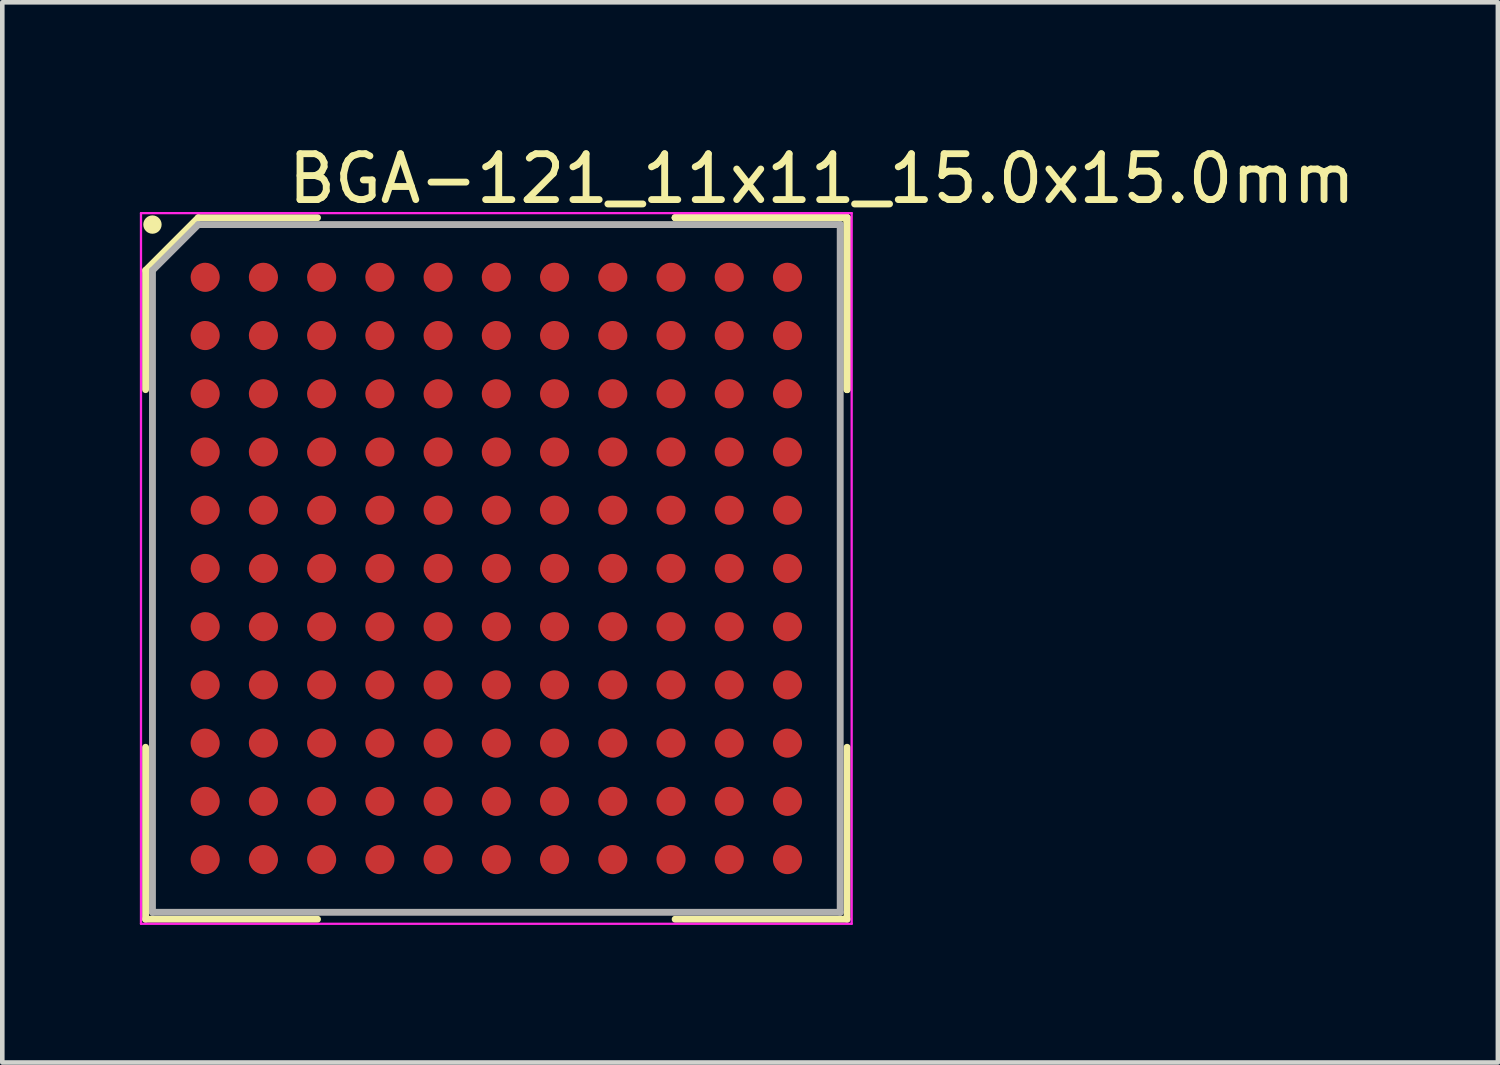
<source format=kicad_pcb>
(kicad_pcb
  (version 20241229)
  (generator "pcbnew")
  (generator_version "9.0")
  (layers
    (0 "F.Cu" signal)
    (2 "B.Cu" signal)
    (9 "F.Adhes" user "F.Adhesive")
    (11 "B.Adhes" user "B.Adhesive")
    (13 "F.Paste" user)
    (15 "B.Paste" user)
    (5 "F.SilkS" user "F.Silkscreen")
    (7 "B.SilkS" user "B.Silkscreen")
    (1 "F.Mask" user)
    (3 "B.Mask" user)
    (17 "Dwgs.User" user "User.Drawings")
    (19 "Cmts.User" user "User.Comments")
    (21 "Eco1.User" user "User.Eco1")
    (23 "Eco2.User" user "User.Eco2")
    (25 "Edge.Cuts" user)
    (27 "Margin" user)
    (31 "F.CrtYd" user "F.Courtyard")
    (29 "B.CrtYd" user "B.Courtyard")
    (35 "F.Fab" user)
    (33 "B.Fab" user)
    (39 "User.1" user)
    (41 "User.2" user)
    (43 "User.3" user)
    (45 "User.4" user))
  (footprint "BGA-121_11x11_15.0x15.0mm"
    (layer "F.Cu")
    (at 7.775 9.348)
    (property "Reference" "BGA-121_11x11_15.0x15.0mm" (at 7.1 -8.5 0) (layer "F.SilkS") (effects (font (size 1 1) (thickness 0.15))))
    (attr smd)
    (fp_line (start -7.65 -6.5) (end -7.65 -3.9) (stroke (width 0.15) (type solid)) (layer "F.SilkS"))
    (fp_line (start -7.65 7.65) (end -7.65 3.9) (stroke (width 0.15) (type solid)) (layer "F.SilkS"))
    (fp_line (start -6.5 -7.65) (end -7.65 -6.5) (stroke (width 0.15) (type solid)) (layer "F.SilkS"))
    (fp_line (start -3.9 -7.65) (end -6.5 -7.65) (stroke (width 0.15) (type solid)) (layer "F.SilkS"))
    (fp_line (start -3.9 7.65) (end -7.65 7.65) (stroke (width 0.15) (type solid)) (layer "F.SilkS"))
    (fp_line (start 3.9 -7.65) (end 7.65 -7.65) (stroke (width 0.15) (type solid)) (layer "F.SilkS"))
    (fp_line (start 3.9 -7.65) (end 7.65 -7.65) (stroke (width 0.15) (type solid)) (layer "F.SilkS"))
    (fp_line (start 3.9 -7.65) (end 7.65 -7.65) (stroke (width 0.15) (type solid)) (layer "F.SilkS"))
    (fp_line (start 3.9 7.65) (end 7.65 7.65) (stroke (width 0.15) (type solid)) (layer "F.SilkS"))
    (fp_line (start 7.65 -7.65) (end 7.65 -3.9) (stroke (width 0.15) (type solid)) (layer "F.SilkS"))
    (fp_line (start 7.65 -7.65) (end 7.65 -3.9) (stroke (width 0.15) (type solid)) (layer "F.SilkS"))
    (fp_line (start 7.65 -7.65) (end 7.65 -3.9) (stroke (width 0.15) (type solid)) (layer "F.SilkS"))
    (fp_line (start 7.65 7.65) (end 7.65 3.9) (stroke (width 0.15) (type solid)) (layer "F.SilkS"))
    (fp_circle (center -7.5 -7.5) (end -7.5 -7.4) (stroke (width 0.2) (type solid)) (fill no) (layer "F.SilkS"))
    (fp_line (start -7.75 -7.75) (end 7.75 -7.75) (stroke (width 0.05) (type solid)) (layer "F.CrtYd"))
    (fp_line (start -7.75 7.75) (end -7.75 -7.75) (stroke (width 0.05) (type solid)) (layer "F.CrtYd"))
    (fp_line (start 7.75 -7.75) (end 7.75 7.75) (stroke (width 0.05) (type solid)) (layer "F.CrtYd"))
    (fp_line (start 7.75 7.75) (end -7.75 7.75) (stroke (width 0.05) (type solid)) (layer "F.CrtYd"))
    (fp_line (start -7.5 -6.5) (end -7.5 7.5) (stroke (width 0.15) (type solid)) (layer "F.Fab"))
    (fp_line (start -7.5 7.5) (end 7.5 7.5) (stroke (width 0.15) (type solid)) (layer "F.Fab"))
    (fp_line (start -6.5 -7.5) (end -7.5 -6.5) (stroke (width 0.15) (type solid)) (layer "F.Fab"))
    (fp_line (start 7.5 -7.5) (end -6.5 -7.5) (stroke (width 0.15) (type solid)) (layer "F.Fab"))
    (fp_line (start 7.5 7.5) (end 7.5 -7.5) (stroke (width 0.15) (type solid)) (layer "F.Fab"))
    (pad "A1" smd circle (at -6.35 -6.35) (size 0.635 0.635) (layers "F.Cu" "F.Mask" "F.Paste"))
    (pad "A2" smd circle (at -5.08 -6.35) (size 0.635 0.635) (layers "F.Cu" "F.Mask" "F.Paste"))
    (pad "A3" smd circle (at -3.81 -6.35) (size 0.635 0.635) (layers "F.Cu" "F.Mask" "F.Paste"))
    (pad "A4" smd circle (at -2.54 -6.35) (size 0.635 0.635) (layers "F.Cu" "F.Mask" "F.Paste"))
    (pad "A5" smd circle (at -1.27 -6.35) (size 0.635 0.635) (layers "F.Cu" "F.Mask" "F.Paste"))
    (pad "A6" smd circle (at 0 -6.35) (size 0.635 0.635) (layers "F.Cu" "F.Mask" "F.Paste"))
    (pad "A7" smd circle (at 1.27 -6.35) (size 0.635 0.635) (layers "F.Cu" "F.Mask" "F.Paste"))
    (pad "A8" smd circle (at 2.54 -6.35) (size 0.635 0.635) (layers "F.Cu" "F.Mask" "F.Paste"))
    (pad "A9" smd circle (at 3.81 -6.35) (size 0.635 0.635) (layers "F.Cu" "F.Mask" "F.Paste"))
    (pad "A10" smd circle (at 5.08 -6.35) (size 0.635 0.635) (layers "F.Cu" "F.Mask" "F.Paste"))
    (pad "A11" smd circle (at 6.35 -6.35) (size 0.635 0.635) (layers "F.Cu" "F.Mask" "F.Paste"))
    (pad "B1" smd circle (at -6.35 -5.08) (size 0.635 0.635) (layers "F.Cu" "F.Mask" "F.Paste"))
    (pad "B2" smd circle (at -5.08 -5.08) (size 0.635 0.635) (layers "F.Cu" "F.Mask" "F.Paste"))
    (pad "B3" smd circle (at -3.81 -5.08) (size 0.635 0.635) (layers "F.Cu" "F.Mask" "F.Paste"))
    (pad "B4" smd circle (at -2.54 -5.08) (size 0.635 0.635) (layers "F.Cu" "F.Mask" "F.Paste"))
    (pad "B5" smd circle (at -1.27 -5.08) (size 0.635 0.635) (layers "F.Cu" "F.Mask" "F.Paste"))
    (pad "B6" smd circle (at 0 -5.08) (size 0.635 0.635) (layers "F.Cu" "F.Mask" "F.Paste"))
    (pad "B7" smd circle (at 1.27 -5.08) (size 0.635 0.635) (layers "F.Cu" "F.Mask" "F.Paste"))
    (pad "B8" smd circle (at 2.54 -5.08) (size 0.635 0.635) (layers "F.Cu" "F.Mask" "F.Paste"))
    (pad "B9" smd circle (at 3.81 -5.08) (size 0.635 0.635) (layers "F.Cu" "F.Mask" "F.Paste"))
    (pad "B10" smd circle (at 5.08 -5.08) (size 0.635 0.635) (layers "F.Cu" "F.Mask" "F.Paste"))
    (pad "B11" smd circle (at 6.35 -5.08) (size 0.635 0.635) (layers "F.Cu" "F.Mask" "F.Paste"))
    (pad "C1" smd circle (at -6.35 -3.81) (size 0.635 0.635) (layers "F.Cu" "F.Mask" "F.Paste"))
    (pad "C2" smd circle (at -5.08 -3.81) (size 0.635 0.635) (layers "F.Cu" "F.Mask" "F.Paste"))
    (pad "C3" smd circle (at -3.81 -3.81) (size 0.635 0.635) (layers "F.Cu" "F.Mask" "F.Paste"))
    (pad "C4" smd circle (at -2.54 -3.81) (size 0.635 0.635) (layers "F.Cu" "F.Mask" "F.Paste"))
    (pad "C5" smd circle (at -1.27 -3.81) (size 0.635 0.635) (layers "F.Cu" "F.Mask" "F.Paste"))
    (pad "C6" smd circle (at 0 -3.81) (size 0.635 0.635) (layers "F.Cu" "F.Mask" "F.Paste"))
    (pad "C7" smd circle (at 1.27 -3.81) (size 0.635 0.635) (layers "F.Cu" "F.Mask" "F.Paste"))
    (pad "C8" smd circle (at 2.54 -3.81) (size 0.635 0.635) (layers "F.Cu" "F.Mask" "F.Paste"))
    (pad "C9" smd circle (at 3.81 -3.81) (size 0.635 0.635) (layers "F.Cu" "F.Mask" "F.Paste"))
    (pad "C10" smd circle (at 5.08 -3.81) (size 0.635 0.635) (layers "F.Cu" "F.Mask" "F.Paste"))
    (pad "C11" smd circle (at 6.35 -3.81) (size 0.635 0.635) (layers "F.Cu" "F.Mask" "F.Paste"))
    (pad "D1" smd circle (at -6.35 -2.54) (size 0.635 0.635) (layers "F.Cu" "F.Mask" "F.Paste"))
    (pad "D2" smd circle (at -5.08 -2.54) (size 0.635 0.635) (layers "F.Cu" "F.Mask" "F.Paste"))
    (pad "D3" smd circle (at -3.81 -2.54) (size 0.635 0.635) (layers "F.Cu" "F.Mask" "F.Paste"))
    (pad "D4" smd circle (at -2.54 -2.54) (size 0.635 0.635) (layers "F.Cu" "F.Mask" "F.Paste"))
    (pad "D5" smd circle (at -1.27 -2.54) (size 0.635 0.635) (layers "F.Cu" "F.Mask" "F.Paste"))
    (pad "D6" smd circle (at 0 -2.54) (size 0.635 0.635) (layers "F.Cu" "F.Mask" "F.Paste"))
    (pad "D7" smd circle (at 1.27 -2.54) (size 0.635 0.635) (layers "F.Cu" "F.Mask" "F.Paste"))
    (pad "D8" smd circle (at 2.54 -2.54) (size 0.635 0.635) (layers "F.Cu" "F.Mask" "F.Paste"))
    (pad "D9" smd circle (at 3.81 -2.54) (size 0.635 0.635) (layers "F.Cu" "F.Mask" "F.Paste"))
    (pad "D10" smd circle (at 5.08 -2.54) (size 0.635 0.635) (layers "F.Cu" "F.Mask" "F.Paste"))
    (pad "D11" smd circle (at 6.35 -2.54) (size 0.635 0.635) (layers "F.Cu" "F.Mask" "F.Paste"))
    (pad "E1" smd circle (at -6.35 -1.27) (size 0.635 0.635) (layers "F.Cu" "F.Mask" "F.Paste"))
    (pad "E2" smd circle (at -5.08 -1.27) (size 0.635 0.635) (layers "F.Cu" "F.Mask" "F.Paste"))
    (pad "E3" smd circle (at -3.81 -1.27) (size 0.635 0.635) (layers "F.Cu" "F.Mask" "F.Paste"))
    (pad "E4" smd circle (at -2.54 -1.27) (size 0.635 0.635) (layers "F.Cu" "F.Mask" "F.Paste"))
    (pad "E5" smd circle (at -1.27 -1.27) (size 0.635 0.635) (layers "F.Cu" "F.Mask" "F.Paste"))
    (pad "E6" smd circle (at 0 -1.27) (size 0.635 0.635) (layers "F.Cu" "F.Mask" "F.Paste"))
    (pad "E7" smd circle (at 1.27 -1.27) (size 0.635 0.635) (layers "F.Cu" "F.Mask" "F.Paste"))
    (pad "E8" smd circle (at 2.54 -1.27) (size 0.635 0.635) (layers "F.Cu" "F.Mask" "F.Paste"))
    (pad "E9" smd circle (at 3.81 -1.27) (size 0.635 0.635) (layers "F.Cu" "F.Mask" "F.Paste"))
    (pad "E10" smd circle (at 5.08 -1.27) (size 0.635 0.635) (layers "F.Cu" "F.Mask" "F.Paste"))
    (pad "E11" smd circle (at 6.35 -1.27) (size 0.635 0.635) (layers "F.Cu" "F.Mask" "F.Paste"))
    (pad "F1" smd circle (at -6.35 0) (size 0.635 0.635) (layers "F.Cu" "F.Mask" "F.Paste"))
    (pad "F2" smd circle (at -5.08 0) (size 0.635 0.635) (layers "F.Cu" "F.Mask" "F.Paste"))
    (pad "F3" smd circle (at -3.81 0) (size 0.635 0.635) (layers "F.Cu" "F.Mask" "F.Paste"))
    (pad "F4" smd circle (at -2.54 0) (size 0.635 0.635) (layers "F.Cu" "F.Mask" "F.Paste"))
    (pad "F5" smd circle (at -1.27 0) (size 0.635 0.635) (layers "F.Cu" "F.Mask" "F.Paste"))
    (pad "F6" smd circle (at 0 0) (size 0.635 0.635) (layers "F.Cu" "F.Mask" "F.Paste"))
    (pad "F7" smd circle (at 1.27 0) (size 0.635 0.635) (layers "F.Cu" "F.Mask" "F.Paste"))
    (pad "F8" smd circle (at 2.54 0) (size 0.635 0.635) (layers "F.Cu" "F.Mask" "F.Paste"))
    (pad "F9" smd circle (at 3.81 0) (size 0.635 0.635) (layers "F.Cu" "F.Mask" "F.Paste"))
    (pad "F10" smd circle (at 5.08 0) (size 0.635 0.635) (layers "F.Cu" "F.Mask" "F.Paste"))
    (pad "F11" smd circle (at 6.35 0) (size 0.635 0.635) (layers "F.Cu" "F.Mask" "F.Paste"))
    (pad "G1" smd circle (at -6.35 1.27) (size 0.635 0.635) (layers "F.Cu" "F.Mask" "F.Paste"))
    (pad "G2" smd circle (at -5.08 1.27) (size 0.635 0.635) (layers "F.Cu" "F.Mask" "F.Paste"))
    (pad "G3" smd circle (at -3.81 1.27) (size 0.635 0.635) (layers "F.Cu" "F.Mask" "F.Paste"))
    (pad "G4" smd circle (at -2.54 1.27) (size 0.635 0.635) (layers "F.Cu" "F.Mask" "F.Paste"))
    (pad "G5" smd circle (at -1.27 1.27) (size 0.635 0.635) (layers "F.Cu" "F.Mask" "F.Paste"))
    (pad "G6" smd circle (at 0 1.27) (size 0.635 0.635) (layers "F.Cu" "F.Mask" "F.Paste"))
    (pad "G7" smd circle (at 1.27 1.27) (size 0.635 0.635) (layers "F.Cu" "F.Mask" "F.Paste"))
    (pad "G8" smd circle (at 2.54 1.27) (size 0.635 0.635) (layers "F.Cu" "F.Mask" "F.Paste"))
    (pad "G9" smd circle (at 3.81 1.27) (size 0.635 0.635) (layers "F.Cu" "F.Mask" "F.Paste"))
    (pad "G10" smd circle (at 5.08 1.27) (size 0.635 0.635) (layers "F.Cu" "F.Mask" "F.Paste"))
    (pad "G11" smd circle (at 6.35 1.27) (size 0.635 0.635) (layers "F.Cu" "F.Mask" "F.Paste"))
    (pad "H1" smd circle (at -6.35 2.54) (size 0.635 0.635) (layers "F.Cu" "F.Mask" "F.Paste"))
    (pad "H2" smd circle (at -5.08 2.54) (size 0.635 0.635) (layers "F.Cu" "F.Mask" "F.Paste"))
    (pad "H3" smd circle (at -3.81 2.54) (size 0.635 0.635) (layers "F.Cu" "F.Mask" "F.Paste"))
    (pad "H4" smd circle (at -2.54 2.54) (size 0.635 0.635) (layers "F.Cu" "F.Mask" "F.Paste"))
    (pad "H5" smd circle (at -1.27 2.54) (size 0.635 0.635) (layers "F.Cu" "F.Mask" "F.Paste"))
    (pad "H6" smd circle (at 0 2.54) (size 0.635 0.635) (layers "F.Cu" "F.Mask" "F.Paste"))
    (pad "H7" smd circle (at 1.27 2.54) (size 0.635 0.635) (layers "F.Cu" "F.Mask" "F.Paste"))
    (pad "H8" smd circle (at 2.54 2.54) (size 0.635 0.635) (layers "F.Cu" "F.Mask" "F.Paste"))
    (pad "H9" smd circle (at 3.81 2.54) (size 0.635 0.635) (layers "F.Cu" "F.Mask" "F.Paste"))
    (pad "H10" smd circle (at 5.08 2.54) (size 0.635 0.635) (layers "F.Cu" "F.Mask" "F.Paste"))
    (pad "H11" smd circle (at 6.35 2.54) (size 0.635 0.635) (layers "F.Cu" "F.Mask" "F.Paste"))
    (pad "J1" smd circle (at -6.35 3.81) (size 0.635 0.635) (layers "F.Cu" "F.Mask" "F.Paste"))
    (pad "J2" smd circle (at -5.08 3.81) (size 0.635 0.635) (layers "F.Cu" "F.Mask" "F.Paste"))
    (pad "J3" smd circle (at -3.81 3.81) (size 0.635 0.635) (layers "F.Cu" "F.Mask" "F.Paste"))
    (pad "J4" smd circle (at -2.54 3.81) (size 0.635 0.635) (layers "F.Cu" "F.Mask" "F.Paste"))
    (pad "J5" smd circle (at -1.27 3.81) (size 0.635 0.635) (layers "F.Cu" "F.Mask" "F.Paste"))
    (pad "J6" smd circle (at 0 3.81) (size 0.635 0.635) (layers "F.Cu" "F.Mask" "F.Paste"))
    (pad "J7" smd circle (at 1.27 3.81) (size 0.635 0.635) (layers "F.Cu" "F.Mask" "F.Paste"))
    (pad "J8" smd circle (at 2.54 3.81) (size 0.635 0.635) (layers "F.Cu" "F.Mask" "F.Paste"))
    (pad "J9" smd circle (at 3.81 3.81) (size 0.635 0.635) (layers "F.Cu" "F.Mask" "F.Paste"))
    (pad "J10" smd circle (at 5.08 3.81) (size 0.635 0.635) (layers "F.Cu" "F.Mask" "F.Paste"))
    (pad "J11" smd circle (at 6.35 3.81) (size 0.635 0.635) (layers "F.Cu" "F.Mask" "F.Paste"))
    (pad "K1" smd circle (at -6.35 5.08) (size 0.635 0.635) (layers "F.Cu" "F.Mask" "F.Paste"))
    (pad "K2" smd circle (at -5.08 5.08) (size 0.635 0.635) (layers "F.Cu" "F.Mask" "F.Paste"))
    (pad "K3" smd circle (at -3.81 5.08) (size 0.635 0.635) (layers "F.Cu" "F.Mask" "F.Paste"))
    (pad "K4" smd circle (at -2.54 5.08) (size 0.635 0.635) (layers "F.Cu" "F.Mask" "F.Paste"))
    (pad "K5" smd circle (at -1.27 5.08) (size 0.635 0.635) (layers "F.Cu" "F.Mask" "F.Paste"))
    (pad "K6" smd circle (at 0 5.08) (size 0.635 0.635) (layers "F.Cu" "F.Mask" "F.Paste"))
    (pad "K7" smd circle (at 1.27 5.08) (size 0.635 0.635) (layers "F.Cu" "F.Mask" "F.Paste"))
    (pad "K8" smd circle (at 2.54 5.08) (size 0.635 0.635) (layers "F.Cu" "F.Mask" "F.Paste"))
    (pad "K9" smd circle (at 3.81 5.08) (size 0.635 0.635) (layers "F.Cu" "F.Mask" "F.Paste"))
    (pad "K10" smd circle (at 5.08 5.08) (size 0.635 0.635) (layers "F.Cu" "F.Mask" "F.Paste"))
    (pad "K11" smd circle (at 6.35 5.08) (size 0.635 0.635) (layers "F.Cu" "F.Mask" "F.Paste"))
    (pad "L1" smd circle (at -6.35 6.35) (size 0.635 0.635) (layers "F.Cu" "F.Mask" "F.Paste"))
    (pad "L2" smd circle (at -5.08 6.35) (size 0.635 0.635) (layers "F.Cu" "F.Mask" "F.Paste"))
    (pad "L3" smd circle (at -3.81 6.35) (size 0.635 0.635) (layers "F.Cu" "F.Mask" "F.Paste"))
    (pad "L4" smd circle (at -2.54 6.35) (size 0.635 0.635) (layers "F.Cu" "F.Mask" "F.Paste"))
    (pad "L5" smd circle (at -1.27 6.35) (size 0.635 0.635) (layers "F.Cu" "F.Mask" "F.Paste"))
    (pad "L6" smd circle (at 0 6.35) (size 0.635 0.635) (layers "F.Cu" "F.Mask" "F.Paste"))
    (pad "L7" smd circle (at 1.27 6.35) (size 0.635 0.635) (layers "F.Cu" "F.Mask" "F.Paste"))
    (pad "L8" smd circle (at 2.54 6.35) (size 0.635 0.635) (layers "F.Cu" "F.Mask" "F.Paste"))
    (pad "L9" smd circle (at 3.81 6.35) (size 0.635 0.635) (layers "F.Cu" "F.Mask" "F.Paste"))
    (pad "L10" smd circle (at 5.08 6.35) (size 0.635 0.635) (layers "F.Cu" "F.Mask" "F.Paste"))
    (pad "L11" smd circle (at 6.35 6.35) (size 0.635 0.635) (layers "F.Cu" "F.Mask" "F.Paste")))
  (gr_rect
    (start -3 -3)
    (end 29.619 20.123)
    (stroke (width 0.1) (type default))
    (fill no)
    (layer "Edge.Cuts")))
</source>
